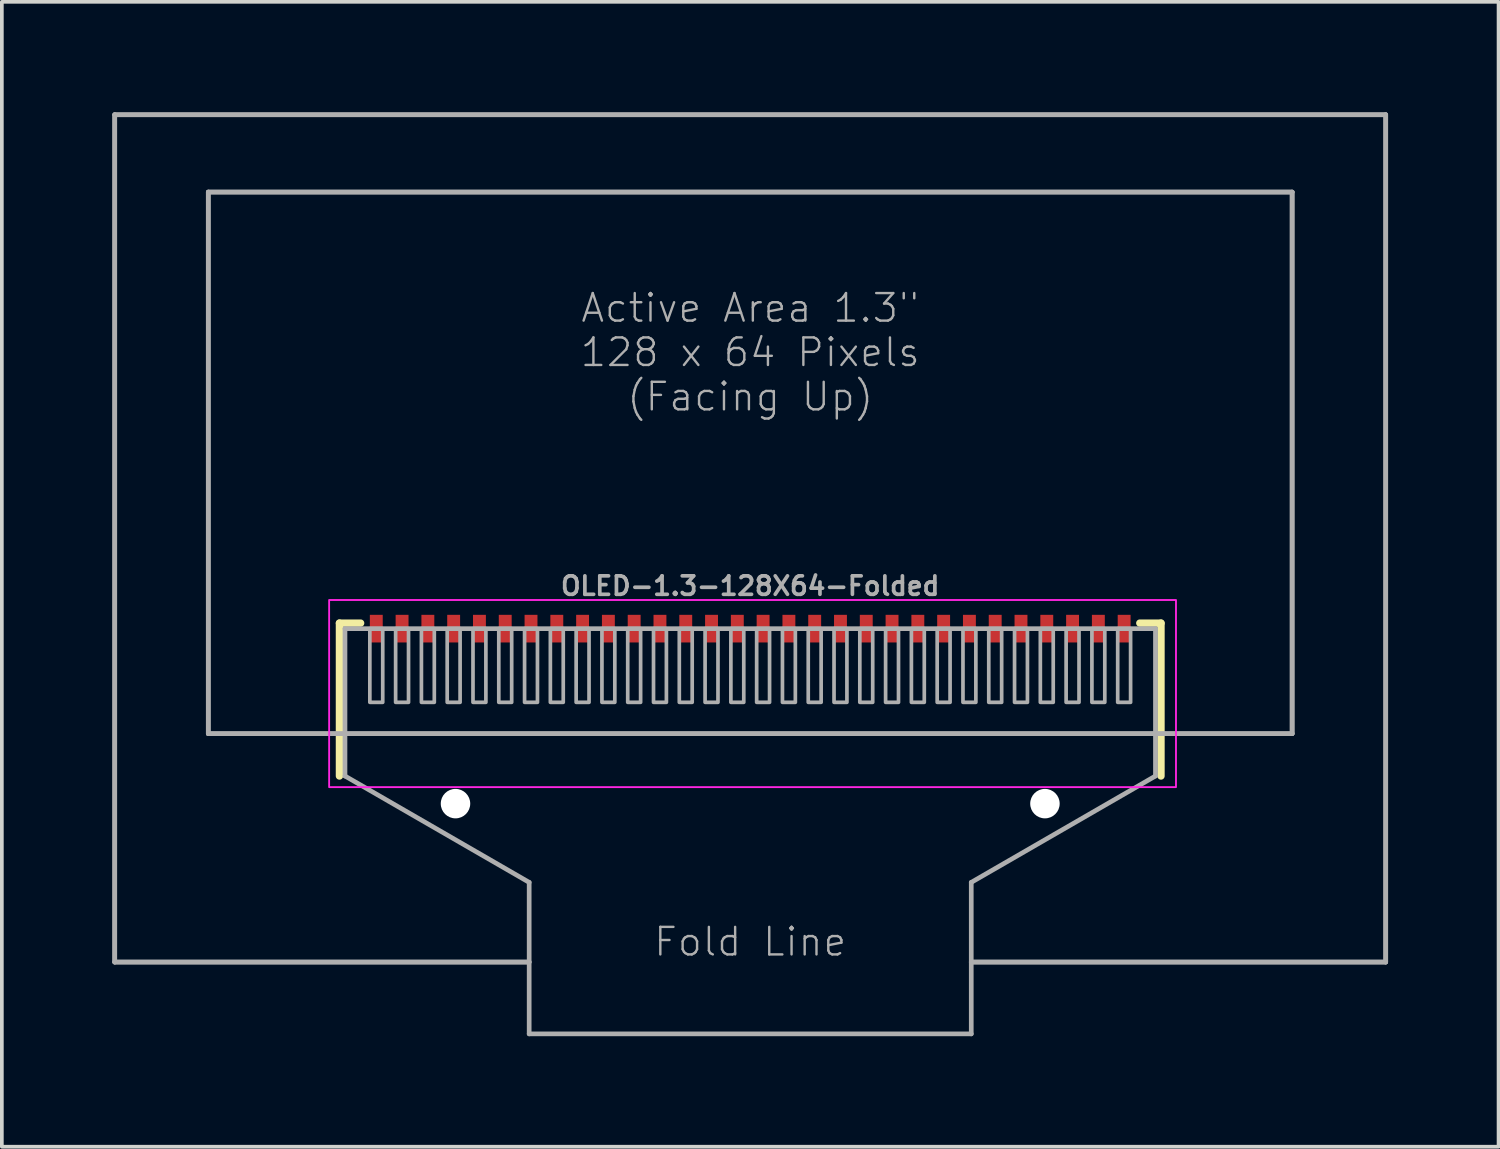
<source format=kicad_pcb>
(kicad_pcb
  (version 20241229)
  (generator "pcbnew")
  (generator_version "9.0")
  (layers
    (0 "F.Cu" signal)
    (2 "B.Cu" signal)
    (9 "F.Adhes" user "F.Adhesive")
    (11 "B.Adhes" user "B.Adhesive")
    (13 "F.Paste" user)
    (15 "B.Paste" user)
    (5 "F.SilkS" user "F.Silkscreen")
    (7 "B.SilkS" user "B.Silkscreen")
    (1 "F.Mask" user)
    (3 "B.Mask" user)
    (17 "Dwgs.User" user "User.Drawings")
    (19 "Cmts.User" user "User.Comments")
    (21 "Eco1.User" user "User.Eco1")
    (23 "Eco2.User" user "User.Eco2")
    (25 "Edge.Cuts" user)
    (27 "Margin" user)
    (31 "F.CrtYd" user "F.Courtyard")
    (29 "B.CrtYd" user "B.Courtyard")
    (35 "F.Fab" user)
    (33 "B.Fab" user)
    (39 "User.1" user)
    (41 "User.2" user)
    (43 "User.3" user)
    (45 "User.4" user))
  (footprint "OLED-1.3-128X64-Folded"
    (layer "F.Cu")
    (at 17.314 13.014)
    (property "Reference" "OLED-1.3-128X64-Folded" (at 0 -0.159 0) (unlocked yes) (layer "F.Fab") (effects (font (size 0.5 0.5) (thickness 0.1))))
    (fp_line (start -11.15 0.85) (end -11.15 5) (stroke (width 0.2) (type solid)) (layer "F.SilkS"))
    (fp_line (start -10.575 0.85) (end -11.15 0.85) (stroke (width 0.2) (type solid)) (layer "F.SilkS"))
    (fp_line (start 10.575 0.85) (end 11.15 0.85) (stroke (width 0.2) (type solid)) (layer "F.SilkS"))
    (fp_line (start 11.15 0.85) (end 11.15 5) (stroke (width 0.2) (type solid)) (layer "F.SilkS"))
    (fp_rect (start -11.43 0.222) (end 11.557 5.302) (stroke (width 0.05) (type default)) (fill no) (layer "F.CrtYd"))
    (fp_line (start -17.25 -12.95) (end -17.25 10.05) (stroke (width 0.127) (type solid)) (layer "F.Fab"))
    (fp_line (start -17.25 -12.95) (end -17.25 10.05) (stroke (width 0.127) (type solid)) (layer "F.Fab"))
    (fp_line (start -17.25 10.05) (end -6 10.05) (stroke (width 0.127) (type solid)) (layer "F.Fab"))
    (fp_line (start -17.25 10.05) (end -6 10.05) (stroke (width 0.127) (type solid)) (layer "F.Fab"))
    (fp_line (start -14.71 -10.85) (end -14.71 3.85) (stroke (width 0.127) (type solid)) (layer "F.Fab"))
    (fp_line (start -14.71 -10.85) (end -14.71 3.85) (stroke (width 0.127) (type solid)) (layer "F.Fab"))
    (fp_line (start -14.71 3.85) (end 14.71 3.85) (stroke (width 0.127) (type solid)) (layer "F.Fab"))
    (fp_line (start -14.71 3.85) (end 14.71 3.85) (stroke (width 0.127) (type solid)) (layer "F.Fab"))
    (fp_line (start -11 1) (end -11 5) (stroke (width 0.127) (type solid)) (layer "F.Fab"))
    (fp_line (start -11 5) (end -6 7.887) (stroke (width 0.127) (type solid)) (layer "F.Fab"))
    (fp_line (start -6 7.887) (end -6 12) (stroke (width 0.127) (type solid)) (layer "F.Fab"))
    (fp_line (start 6 7.887) (end 11 5) (stroke (width 0.127) (type solid)) (layer "F.Fab"))
    (fp_line (start 6 10.05) (end 17.25 10.05) (stroke (width 0.127) (type solid)) (layer "F.Fab"))
    (fp_line (start 6 10.05) (end 17.25 10.05) (stroke (width 0.127) (type solid)) (layer "F.Fab"))
    (fp_line (start 6 12) (end -6 12) (stroke (width 0.127) (type solid)) (layer "F.Fab"))
    (fp_line (start 6 12) (end 6 7.887) (stroke (width 0.127) (type solid)) (layer "F.Fab"))
    (fp_line (start 11 1) (end -11 1) (stroke (width 0.127) (type solid)) (layer "F.Fab"))
    (fp_line (start 11 5) (end 11 1) (stroke (width 0.127) (type solid)) (layer "F.Fab"))
    (fp_line (start 14.71 -10.85) (end -14.71 -10.85) (stroke (width 0.127) (type solid)) (layer "F.Fab"))
    (fp_line (start 14.71 -10.85) (end -14.71 -10.85) (stroke (width 0.127) (type solid)) (layer "F.Fab"))
    (fp_line (start 14.71 3.85) (end 14.71 -10.85) (stroke (width 0.127) (type solid)) (layer "F.Fab"))
    (fp_line (start 14.71 3.85) (end 14.71 -10.85) (stroke (width 0.127) (type solid)) (layer "F.Fab"))
    (fp_line (start 17.25 -12.95) (end -17.25 -12.95) (stroke (width 0.127) (type solid)) (layer "F.Fab"))
    (fp_line (start 17.25 -12.95) (end -17.25 -12.95) (stroke (width 0.127) (type solid)) (layer "F.Fab"))
    (fp_line (start 17.25 10.05) (end 17.25 -12.95) (stroke (width 0.127) (type solid)) (layer "F.Fab"))
    (fp_line (start 17.25 10.05) (end 17.25 -12.95) (stroke (width 0.127) (type solid)) (layer "F.Fab"))
    (fp_poly (pts (xy -10.325 3) (xy -9.975 3) (xy -9.975 1) (xy -10.325 1)) (stroke (width 0.1) (type default)) (fill no) (layer "F.Fab"))
    (fp_poly (pts (xy -9.625 3) (xy -9.275 3) (xy -9.275 1) (xy -9.625 1)) (stroke (width 0.1) (type default)) (fill no) (layer "F.Fab"))
    (fp_poly (pts (xy -8.925 3) (xy -8.575 3) (xy -8.575 1) (xy -8.925 1)) (stroke (width 0.1) (type default)) (fill no) (layer "F.Fab"))
    (fp_poly (pts (xy -8.225 3) (xy -7.875 3) (xy -7.875 1) (xy -8.225 1)) (stroke (width 0.1) (type default)) (fill no) (layer "F.Fab"))
    (fp_poly (pts (xy -7.525 3) (xy -7.175 3) (xy -7.175 1) (xy -7.525 1)) (stroke (width 0.1) (type default)) (fill no) (layer "F.Fab"))
    (fp_poly (pts (xy -6.825 3) (xy -6.475 3) (xy -6.475 1) (xy -6.825 1)) (stroke (width 0.1) (type default)) (fill no) (layer "F.Fab"))
    (fp_poly (pts (xy -6.125 3) (xy -5.775 3) (xy -5.775 1) (xy -6.125 1)) (stroke (width 0.1) (type default)) (fill no) (layer "F.Fab"))
    (fp_poly (pts (xy -5.425 3) (xy -5.075 3) (xy -5.075 1) (xy -5.425 1)) (stroke (width 0.1) (type default)) (fill no) (layer "F.Fab"))
    (fp_poly (pts (xy -4.725 3) (xy -4.375 3) (xy -4.375 1) (xy -4.725 1)) (stroke (width 0.1) (type default)) (fill no) (layer "F.Fab"))
    (fp_poly (pts (xy -4.025 3) (xy -3.675 3) (xy -3.675 1) (xy -4.025 1)) (stroke (width 0.1) (type default)) (fill no) (layer "F.Fab"))
    (fp_poly (pts (xy -3.325 3) (xy -2.975 3) (xy -2.975 1) (xy -3.325 1)) (stroke (width 0.1) (type default)) (fill no) (layer "F.Fab"))
    (fp_poly (pts (xy -2.625 3) (xy -2.275 3) (xy -2.275 1) (xy -2.625 1)) (stroke (width 0.1) (type default)) (fill no) (layer "F.Fab"))
    (fp_poly (pts (xy -1.925 3) (xy -1.575 3) (xy -1.575 1) (xy -1.925 1)) (stroke (width 0.1) (type default)) (fill no) (layer "F.Fab"))
    (fp_poly (pts (xy -1.225 3) (xy -0.875 3) (xy -0.875 1) (xy -1.225 1)) (stroke (width 0.1) (type default)) (fill no) (layer "F.Fab"))
    (fp_poly (pts (xy -0.525 3) (xy -0.175 3) (xy -0.175 1) (xy -0.525 1)) (stroke (width 0.1) (type default)) (fill no) (layer "F.Fab"))
    (fp_poly (pts (xy 0.175 3) (xy 0.525 3) (xy 0.525 1) (xy 0.175 1)) (stroke (width 0.1) (type default)) (fill no) (layer "F.Fab"))
    (fp_poly (pts (xy 0.875 3) (xy 1.225 3) (xy 1.225 1) (xy 0.875 1)) (stroke (width 0.1) (type default)) (fill no) (layer "F.Fab"))
    (fp_poly (pts (xy 1.575 3) (xy 1.925 3) (xy 1.925 1) (xy 1.575 1)) (stroke (width 0.1) (type default)) (fill no) (layer "F.Fab"))
    (fp_poly (pts (xy 2.275 3) (xy 2.625 3) (xy 2.625 1) (xy 2.275 1)) (stroke (width 0.1) (type default)) (fill no) (layer "F.Fab"))
    (fp_poly (pts (xy 2.975 3) (xy 3.325 3) (xy 3.325 1) (xy 2.975 1)) (stroke (width 0.1) (type default)) (fill no) (layer "F.Fab"))
    (fp_poly (pts (xy 3.675 3) (xy 4.025 3) (xy 4.025 1) (xy 3.675 1)) (stroke (width 0.1) (type default)) (fill no) (layer "F.Fab"))
    (fp_poly (pts (xy 4.375 3) (xy 4.725 3) (xy 4.725 1) (xy 4.375 1)) (stroke (width 0.1) (type default)) (fill no) (layer "F.Fab"))
    (fp_poly (pts (xy 5.075 3) (xy 5.425 3) (xy 5.425 1) (xy 5.075 1)) (stroke (width 0.1) (type default)) (fill no) (layer "F.Fab"))
    (fp_poly (pts (xy 5.775 3) (xy 6.125 3) (xy 6.125 1) (xy 5.775 1)) (stroke (width 0.1) (type default)) (fill no) (layer "F.Fab"))
    (fp_poly (pts (xy 6.475 3) (xy 6.825 3) (xy 6.825 1) (xy 6.475 1)) (stroke (width 0.1) (type default)) (fill no) (layer "F.Fab"))
    (fp_poly (pts (xy 7.175 3) (xy 7.525 3) (xy 7.525 1) (xy 7.175 1)) (stroke (width 0.1) (type default)) (fill no) (layer "F.Fab"))
    (fp_poly (pts (xy 7.875 3) (xy 8.225 3) (xy 8.225 1) (xy 7.875 1)) (stroke (width 0.1) (type default)) (fill no) (layer "F.Fab"))
    (fp_poly (pts (xy 8.575 3) (xy 8.925 3) (xy 8.925 1) (xy 8.575 1)) (stroke (width 0.1) (type default)) (fill no) (layer "F.Fab"))
    (fp_poly (pts (xy 9.275 3) (xy 9.625 3) (xy 9.625 1) (xy 9.275 1)) (stroke (width 0.1) (type default)) (fill no) (layer "F.Fab"))
    (fp_poly (pts (xy 9.975 3) (xy 10.325 3) (xy 10.325 1) (xy 9.975 1)) (stroke (width 0.1) (type default)) (fill no) (layer "F.Fab"))
    (fp_text user "Fold Line" (at 0 9.5 0) (unlocked yes) (layer "F.Fab") (effects (font (size 0.748 0.748) (thickness 0.065))))
    (fp_text user "Active Area 1.3\"\n128 x 64 Pixels\n(Facing Up)" (at 0 -6.5 0) (unlocked yes) (layer "F.Fab") (effects (font (size 0.748 0.748) (thickness 0.065))))
    (pad "" np_thru_hole circle (at -8 5.75) (size 0.8 0.8) (drill 0.8) (layers "*.Cu" "*.Mask"))
    (pad "" np_thru_hole circle (at 8 5.75) (size 0.8 0.8) (drill 0.8) (layers "*.Cu" "*.Mask"))
    (pad "1" smd rect (at -10.15 1) (size 0.35 0.75) (layers "F.Cu" "F.Mask" "F.Paste"))
    (pad "2" smd rect (at -9.45 1) (size 0.35 0.75) (layers "F.Cu" "F.Mask" "F.Paste"))
    (pad "3" smd rect (at -8.75 1) (size 0.35 0.75) (layers "F.Cu" "F.Mask" "F.Paste"))
    (pad "4" smd rect (at -8.05 1) (size 0.35 0.75) (layers "F.Cu" "F.Mask" "F.Paste"))
    (pad "5" smd rect (at -7.35 1) (size 0.35 0.75) (layers "F.Cu" "F.Mask" "F.Paste"))
    (pad "6" smd rect (at -6.65 1) (size 0.35 0.75) (layers "F.Cu" "F.Mask" "F.Paste"))
    (pad "7" smd rect (at -5.95 1) (size 0.35 0.75) (layers "F.Cu" "F.Mask" "F.Paste"))
    (pad "8" smd rect (at -5.25 1) (size 0.35 0.75) (layers "F.Cu" "F.Mask" "F.Paste"))
    (pad "9" smd rect (at -4.55 1) (size 0.35 0.75) (layers "F.Cu" "F.Mask" "F.Paste"))
    (pad "10" smd rect (at -3.85 1) (size 0.35 0.75) (layers "F.Cu" "F.Mask" "F.Paste"))
    (pad "11" smd rect (at -3.15 1) (size 0.35 0.75) (layers "F.Cu" "F.Mask" "F.Paste"))
    (pad "12" smd rect (at -2.45 1) (size 0.35 0.75) (layers "F.Cu" "F.Mask" "F.Paste"))
    (pad "13" smd rect (at -1.75 1) (size 0.35 0.75) (layers "F.Cu" "F.Mask" "F.Paste"))
    (pad "14" smd rect (at -1.05 1) (size 0.35 0.75) (layers "F.Cu" "F.Mask" "F.Paste"))
    (pad "15" smd rect (at -0.35 1) (size 0.35 0.75) (layers "F.Cu" "F.Mask" "F.Paste"))
    (pad "16" smd rect (at 0.35 1) (size 0.35 0.75) (layers "F.Cu" "F.Mask" "F.Paste"))
    (pad "17" smd rect (at 1.05 1) (size 0.35 0.75) (layers "F.Cu" "F.Mask" "F.Paste"))
    (pad "18" smd rect (at 1.75 1) (size 0.35 0.75) (layers "F.Cu" "F.Mask" "F.Paste"))
    (pad "19" smd rect (at 2.45 1) (size 0.35 0.75) (layers "F.Cu" "F.Mask" "F.Paste"))
    (pad "20" smd rect (at 3.15 1) (size 0.35 0.75) (layers "F.Cu" "F.Mask" "F.Paste"))
    (pad "21" smd rect (at 3.85 1) (size 0.35 0.75) (layers "F.Cu" "F.Mask" "F.Paste"))
    (pad "22" smd rect (at 4.55 1) (size 0.35 0.75) (layers "F.Cu" "F.Mask" "F.Paste"))
    (pad "23" smd rect (at 5.25 1) (size 0.35 0.75) (layers "F.Cu" "F.Mask" "F.Paste"))
    (pad "24" smd rect (at 5.95 1) (size 0.35 0.75) (layers "F.Cu" "F.Mask" "F.Paste"))
    (pad "25" smd rect (at 6.65 1) (size 0.35 0.75) (layers "F.Cu" "F.Mask" "F.Paste"))
    (pad "26" smd rect (at 7.35 1) (size 0.35 0.75) (layers "F.Cu" "F.Mask" "F.Paste"))
    (pad "27" smd rect (at 8.05 1) (size 0.35 0.75) (layers "F.Cu" "F.Mask" "F.Paste"))
    (pad "28" smd rect (at 8.75 1) (size 0.35 0.75) (layers "F.Cu" "F.Mask" "F.Paste"))
    (pad "29" smd rect (at 9.45 1) (size 0.35 0.75) (layers "F.Cu" "F.Mask" "F.Paste"))
    (pad "30" smd rect (at 10.15 1) (size 0.35 0.75) (layers "F.Cu" "F.Mask" "F.Paste")))
  (gr_rect
    (start -3 -3)
    (end 37.627 28.077)
    (stroke (width 0.1) (type default))
    (fill no)
    (layer "Edge.Cuts")))
</source>
